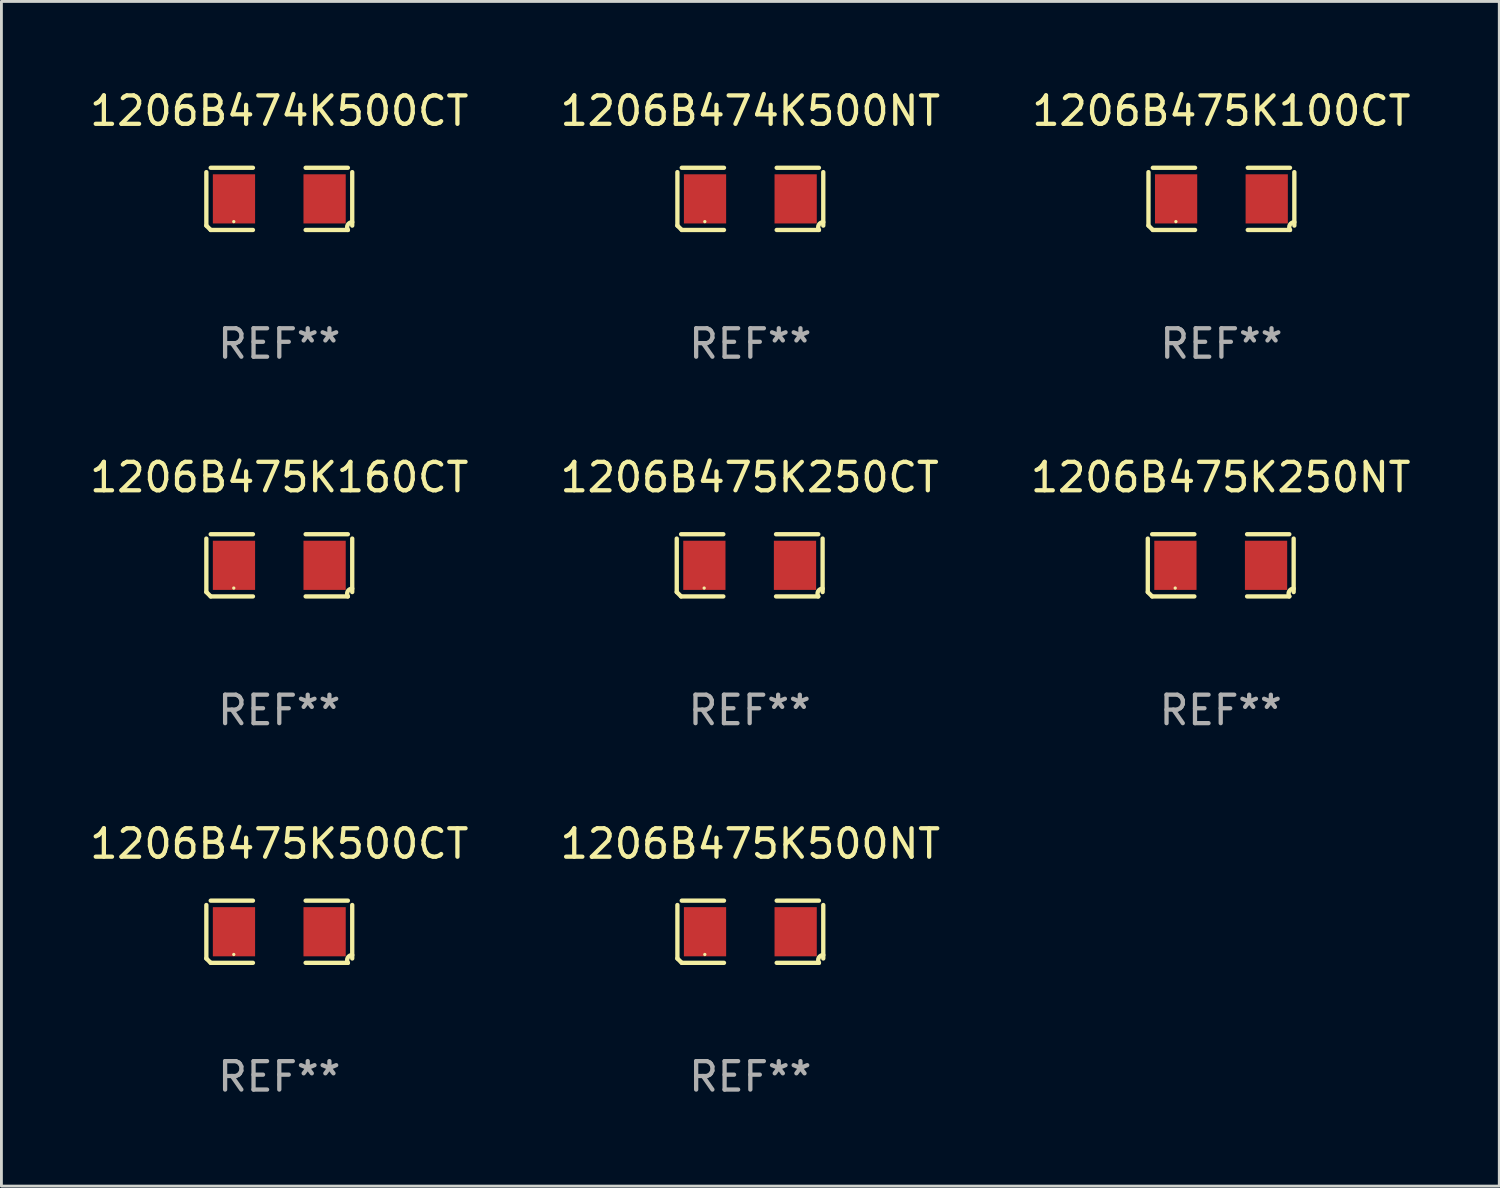
<source format=kicad_pcb>
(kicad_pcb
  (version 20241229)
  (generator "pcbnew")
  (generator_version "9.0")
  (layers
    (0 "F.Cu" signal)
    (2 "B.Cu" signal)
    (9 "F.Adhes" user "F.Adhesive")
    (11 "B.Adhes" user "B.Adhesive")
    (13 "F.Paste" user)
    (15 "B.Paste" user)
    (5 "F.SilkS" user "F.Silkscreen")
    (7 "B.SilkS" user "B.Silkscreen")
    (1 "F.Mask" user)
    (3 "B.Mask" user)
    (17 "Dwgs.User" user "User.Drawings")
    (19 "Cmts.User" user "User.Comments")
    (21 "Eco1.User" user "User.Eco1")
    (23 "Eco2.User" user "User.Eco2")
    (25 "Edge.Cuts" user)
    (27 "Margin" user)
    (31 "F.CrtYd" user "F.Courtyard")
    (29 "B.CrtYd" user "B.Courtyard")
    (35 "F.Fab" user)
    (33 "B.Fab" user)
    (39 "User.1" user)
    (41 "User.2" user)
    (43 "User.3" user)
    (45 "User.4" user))
  (footprint "1206B475K250NT"
    (layer "F.Cu")
    (at 39.863 16.823)
    (property "Reference" "1206B475K250NT" (at 0 -3.093 0) (layer "F.SilkS") (effects (font (size 1 1) (thickness 0.15))))
    (attr through_hole)
    (fp_line (start -2.564 0.94) (end -2.564 -0.94) (stroke (width 0.152) (type solid)) (layer "F.SilkS"))
    (fp_line (start -2.411 -1.093) (end -0.926 -1.093) (stroke (width 0.152) (type solid)) (layer "F.SilkS"))
    (fp_line (start -0.926 1.093) (end -2.411 1.093) (stroke (width 0.152) (type solid)) (layer "F.SilkS"))
    (fp_line (start 0.926 1.093) (end 2.411 1.093) (stroke (width 0.152) (type solid)) (layer "F.SilkS"))
    (fp_line (start 2.411 -1.093) (end 0.926 -1.093) (stroke (width 0.152) (type solid)) (layer "F.SilkS"))
    (fp_line (start 2.564 0.94) (end 2.564 -0.94) (stroke (width 0.152) (type solid)) (layer "F.SilkS"))
    (fp_arc (start -2.411201 1.092609) (mid -2.487413 1.01642) (end -2.563602 0.940208) (stroke (width 0.1524) (type solid)) (layer "F.SilkS"))
    (fp_arc (start 2.411201 1.092609) (mid 2.407159 0.911226) (end 2.563602 0.819347) (stroke (width 0.1524) (type solid)) (layer "F.SilkS"))
    (fp_circle (center -1.6 0.8) (end -1.57 0.8) (stroke (width 0.06) (type solid)) (fill no) (layer "F.SilkS"))
    (fp_text user "REF**" (at 0 5.093 0) (layer "F.Fab") (effects (font (size 1 1) (thickness 0.15))))
    (pad "1" smd rect (at -1.593 0) (size 1.485 1.728) (layers "F.Cu" "F.Mask" "F.Paste"))
    (pad "2" smd rect (at 1.593 0) (size 1.485 1.728) (layers "F.Cu" "F.Mask" "F.Paste")))
  (footprint "1206B474K500CT"
    (layer "F.Cu")
    (at 6.768 3.941)
    (property "Reference" "1206B474K500CT" (at 0 -3.093 0) (layer "F.SilkS") (effects (font (size 1 1) (thickness 0.15))))
    (attr through_hole)
    (fp_line (start -2.564 0.94) (end -2.564 -0.94) (stroke (width 0.152) (type solid)) (layer "F.SilkS"))
    (fp_line (start -2.411 -1.093) (end -0.926 -1.093) (stroke (width 0.152) (type solid)) (layer "F.SilkS"))
    (fp_line (start -0.926 1.093) (end -2.411 1.093) (stroke (width 0.152) (type solid)) (layer "F.SilkS"))
    (fp_line (start 0.926 1.093) (end 2.411 1.093) (stroke (width 0.152) (type solid)) (layer "F.SilkS"))
    (fp_line (start 2.411 -1.093) (end 0.926 -1.093) (stroke (width 0.152) (type solid)) (layer "F.SilkS"))
    (fp_line (start 2.564 0.94) (end 2.564 -0.94) (stroke (width 0.152) (type solid)) (layer "F.SilkS"))
    (fp_arc (start -2.411201 1.092609) (mid -2.487413 1.01642) (end -2.563602 0.940208) (stroke (width 0.1524) (type solid)) (layer "F.SilkS"))
    (fp_arc (start 2.411201 1.092609) (mid 2.407159 0.911226) (end 2.563602 0.819347) (stroke (width 0.1524) (type solid)) (layer "F.SilkS"))
    (fp_circle (center -1.6 0.8) (end -1.57 0.8) (stroke (width 0.06) (type solid)) (fill no) (layer "F.SilkS"))
    (fp_text user "REF**" (at 0 5.093 0) (layer "F.Fab") (effects (font (size 1 1) (thickness 0.15))))
    (pad "1" smd rect (at -1.593 0) (size 1.485 1.728) (layers "F.Cu" "F.Mask" "F.Paste"))
    (pad "2" smd rect (at 1.593 0) (size 1.485 1.728) (layers "F.Cu" "F.Mask" "F.Paste")))
  (footprint "1206B474K500NT"
    (layer "F.Cu")
    (at 23.327 3.941)
    (property "Reference" "1206B474K500NT" (at 0 -3.093 0) (layer "F.SilkS") (effects (font (size 1 1) (thickness 0.15))))
    (attr through_hole)
    (fp_line (start -2.564 0.94) (end -2.564 -0.94) (stroke (width 0.152) (type solid)) (layer "F.SilkS"))
    (fp_line (start -2.411 -1.093) (end -0.926 -1.093) (stroke (width 0.152) (type solid)) (layer "F.SilkS"))
    (fp_line (start -0.926 1.093) (end -2.411 1.093) (stroke (width 0.152) (type solid)) (layer "F.SilkS"))
    (fp_line (start 0.926 1.093) (end 2.411 1.093) (stroke (width 0.152) (type solid)) (layer "F.SilkS"))
    (fp_line (start 2.411 -1.093) (end 0.926 -1.093) (stroke (width 0.152) (type solid)) (layer "F.SilkS"))
    (fp_line (start 2.564 0.94) (end 2.564 -0.94) (stroke (width 0.152) (type solid)) (layer "F.SilkS"))
    (fp_arc (start -2.411201 1.092609) (mid -2.487413 1.01642) (end -2.563602 0.940208) (stroke (width 0.1524) (type solid)) (layer "F.SilkS"))
    (fp_arc (start 2.411201 1.092609) (mid 2.407159 0.911226) (end 2.563602 0.819347) (stroke (width 0.1524) (type solid)) (layer "F.SilkS"))
    (fp_circle (center -1.6 0.8) (end -1.57 0.8) (stroke (width 0.06) (type solid)) (fill no) (layer "F.SilkS"))
    (fp_text user "REF**" (at 0 5.093 0) (layer "F.Fab") (effects (font (size 1 1) (thickness 0.15))))
    (pad "1" smd rect (at -1.593 0) (size 1.485 1.728) (layers "F.Cu" "F.Mask" "F.Paste"))
    (pad "2" smd rect (at 1.593 0) (size 1.485 1.728) (layers "F.Cu" "F.Mask" "F.Paste")))
  (footprint "1206B475K500NT"
    (layer "F.Cu")
    (at 23.327 29.704)
    (property "Reference" "1206B475K500NT" (at 0 -3.093 0) (layer "F.SilkS") (effects (font (size 1 1) (thickness 0.15))))
    (attr through_hole)
    (fp_line (start -2.564 0.94) (end -2.564 -0.94) (stroke (width 0.152) (type solid)) (layer "F.SilkS"))
    (fp_line (start -2.411 -1.093) (end -0.926 -1.093) (stroke (width 0.152) (type solid)) (layer "F.SilkS"))
    (fp_line (start -0.926 1.093) (end -2.411 1.093) (stroke (width 0.152) (type solid)) (layer "F.SilkS"))
    (fp_line (start 0.926 1.093) (end 2.411 1.093) (stroke (width 0.152) (type solid)) (layer "F.SilkS"))
    (fp_line (start 2.411 -1.093) (end 0.926 -1.093) (stroke (width 0.152) (type solid)) (layer "F.SilkS"))
    (fp_line (start 2.564 0.94) (end 2.564 -0.94) (stroke (width 0.152) (type solid)) (layer "F.SilkS"))
    (fp_arc (start -2.411201 1.092609) (mid -2.487413 1.01642) (end -2.563602 0.940208) (stroke (width 0.1524) (type solid)) (layer "F.SilkS"))
    (fp_arc (start 2.411201 1.092609) (mid 2.407159 0.911226) (end 2.563602 0.819347) (stroke (width 0.1524) (type solid)) (layer "F.SilkS"))
    (fp_circle (center -1.6 0.8) (end -1.57 0.8) (stroke (width 0.06) (type solid)) (fill no) (layer "F.SilkS"))
    (fp_text user "REF**" (at 0 5.093 0) (layer "F.Fab") (effects (font (size 1 1) (thickness 0.15))))
    (pad "1" smd rect (at -1.593 0) (size 1.485 1.728) (layers "F.Cu" "F.Mask" "F.Paste"))
    (pad "2" smd rect (at 1.593 0) (size 1.485 1.728) (layers "F.Cu" "F.Mask" "F.Paste")))
  (footprint "1206B475K250CT"
    (layer "F.Cu")
    (at 23.304 16.823)
    (property "Reference" "1206B475K250CT" (at 0 -3.093 0) (layer "F.SilkS") (effects (font (size 1 1) (thickness 0.15))))
    (attr through_hole)
    (fp_line (start -2.564 0.94) (end -2.564 -0.94) (stroke (width 0.152) (type solid)) (layer "F.SilkS"))
    (fp_line (start -2.411 -1.093) (end -0.926 -1.093) (stroke (width 0.152) (type solid)) (layer "F.SilkS"))
    (fp_line (start -0.926 1.093) (end -2.411 1.093) (stroke (width 0.152) (type solid)) (layer "F.SilkS"))
    (fp_line (start 0.926 1.093) (end 2.411 1.093) (stroke (width 0.152) (type solid)) (layer "F.SilkS"))
    (fp_line (start 2.411 -1.093) (end 0.926 -1.093) (stroke (width 0.152) (type solid)) (layer "F.SilkS"))
    (fp_line (start 2.564 0.94) (end 2.564 -0.94) (stroke (width 0.152) (type solid)) (layer "F.SilkS"))
    (fp_arc (start -2.411201 1.092609) (mid -2.487413 1.01642) (end -2.563602 0.940208) (stroke (width 0.1524) (type solid)) (layer "F.SilkS"))
    (fp_arc (start 2.411201 1.092609) (mid 2.407159 0.911226) (end 2.563602 0.819347) (stroke (width 0.1524) (type solid)) (layer "F.SilkS"))
    (fp_circle (center -1.6 0.8) (end -1.57 0.8) (stroke (width 0.06) (type solid)) (fill no) (layer "F.SilkS"))
    (fp_text user "REF**" (at 0 5.093 0) (layer "F.Fab") (effects (font (size 1 1) (thickness 0.15))))
    (pad "1" smd rect (at -1.593 0) (size 1.485 1.728) (layers "F.Cu" "F.Mask" "F.Paste"))
    (pad "2" smd rect (at 1.593 0) (size 1.485 1.728) (layers "F.Cu" "F.Mask" "F.Paste")))
  (footprint "1206B475K500CT"
    (layer "F.Cu")
    (at 6.768 29.704)
    (property "Reference" "1206B475K500CT" (at 0 -3.093 0) (layer "F.SilkS") (effects (font (size 1 1) (thickness 0.15))))
    (attr through_hole)
    (fp_line (start -2.564 0.94) (end -2.564 -0.94) (stroke (width 0.152) (type solid)) (layer "F.SilkS"))
    (fp_line (start -2.411 -1.093) (end -0.926 -1.093) (stroke (width 0.152) (type solid)) (layer "F.SilkS"))
    (fp_line (start -0.926 1.093) (end -2.411 1.093) (stroke (width 0.152) (type solid)) (layer "F.SilkS"))
    (fp_line (start 0.926 1.093) (end 2.411 1.093) (stroke (width 0.152) (type solid)) (layer "F.SilkS"))
    (fp_line (start 2.411 -1.093) (end 0.926 -1.093) (stroke (width 0.152) (type solid)) (layer "F.SilkS"))
    (fp_line (start 2.564 0.94) (end 2.564 -0.94) (stroke (width 0.152) (type solid)) (layer "F.SilkS"))
    (fp_arc (start -2.411201 1.092609) (mid -2.487413 1.01642) (end -2.563602 0.940208) (stroke (width 0.1524) (type solid)) (layer "F.SilkS"))
    (fp_arc (start 2.411201 1.092609) (mid 2.407159 0.911226) (end 2.563602 0.819347) (stroke (width 0.1524) (type solid)) (layer "F.SilkS"))
    (fp_circle (center -1.6 0.8) (end -1.57 0.8) (stroke (width 0.06) (type solid)) (fill no) (layer "F.SilkS"))
    (fp_text user "REF**" (at 0 5.093 0) (layer "F.Fab") (effects (font (size 1 1) (thickness 0.15))))
    (pad "1" smd rect (at -1.593 0) (size 1.485 1.728) (layers "F.Cu" "F.Mask" "F.Paste"))
    (pad "2" smd rect (at 1.593 0) (size 1.485 1.728) (layers "F.Cu" "F.Mask" "F.Paste")))
  (footprint "1206B475K160CT"
    (layer "F.Cu")
    (at 6.768 16.823)
    (property "Reference" "1206B475K160CT" (at 0 -3.093 0) (layer "F.SilkS") (effects (font (size 1 1) (thickness 0.15))))
    (attr through_hole)
    (fp_line (start -2.564 0.94) (end -2.564 -0.94) (stroke (width 0.152) (type solid)) (layer "F.SilkS"))
    (fp_line (start -2.411 -1.093) (end -0.926 -1.093) (stroke (width 0.152) (type solid)) (layer "F.SilkS"))
    (fp_line (start -0.926 1.093) (end -2.411 1.093) (stroke (width 0.152) (type solid)) (layer "F.SilkS"))
    (fp_line (start 0.926 1.093) (end 2.411 1.093) (stroke (width 0.152) (type solid)) (layer "F.SilkS"))
    (fp_line (start 2.411 -1.093) (end 0.926 -1.093) (stroke (width 0.152) (type solid)) (layer "F.SilkS"))
    (fp_line (start 2.564 0.94) (end 2.564 -0.94) (stroke (width 0.152) (type solid)) (layer "F.SilkS"))
    (fp_arc (start -2.411201 1.092609) (mid -2.487413 1.01642) (end -2.563602 0.940208) (stroke (width 0.1524) (type solid)) (layer "F.SilkS"))
    (fp_arc (start 2.411201 1.092609) (mid 2.407159 0.911226) (end 2.563602 0.819347) (stroke (width 0.1524) (type solid)) (layer "F.SilkS"))
    (fp_circle (center -1.6 0.8) (end -1.57 0.8) (stroke (width 0.06) (type solid)) (fill no) (layer "F.SilkS"))
    (fp_text user "REF**" (at 0 5.093 0) (layer "F.Fab") (effects (font (size 1 1) (thickness 0.15))))
    (pad "1" smd rect (at -1.593 0) (size 1.485 1.728) (layers "F.Cu" "F.Mask" "F.Paste"))
    (pad "2" smd rect (at 1.593 0) (size 1.485 1.728) (layers "F.Cu" "F.Mask" "F.Paste")))
  (footprint "1206B475K100CT"
    (layer "F.Cu")
    (at 39.887 3.941)
    (property "Reference" "1206B475K100CT" (at 0 -3.093 0) (layer "F.SilkS") (effects (font (size 1 1) (thickness 0.15))))
    (attr through_hole)
    (fp_line (start -2.564 0.94) (end -2.564 -0.94) (stroke (width 0.152) (type solid)) (layer "F.SilkS"))
    (fp_line (start -2.411 -1.093) (end -0.926 -1.093) (stroke (width 0.152) (type solid)) (layer "F.SilkS"))
    (fp_line (start -0.926 1.093) (end -2.411 1.093) (stroke (width 0.152) (type solid)) (layer "F.SilkS"))
    (fp_line (start 0.926 1.093) (end 2.411 1.093) (stroke (width 0.152) (type solid)) (layer "F.SilkS"))
    (fp_line (start 2.411 -1.093) (end 0.926 -1.093) (stroke (width 0.152) (type solid)) (layer "F.SilkS"))
    (fp_line (start 2.564 0.94) (end 2.564 -0.94) (stroke (width 0.152) (type solid)) (layer "F.SilkS"))
    (fp_arc (start -2.411201 1.092609) (mid -2.487413 1.01642) (end -2.563602 0.940208) (stroke (width 0.1524) (type solid)) (layer "F.SilkS"))
    (fp_arc (start 2.411201 1.092609) (mid 2.407159 0.911226) (end 2.563602 0.819347) (stroke (width 0.1524) (type solid)) (layer "F.SilkS"))
    (fp_circle (center -1.6 0.8) (end -1.57 0.8) (stroke (width 0.06) (type solid)) (fill no) (layer "F.SilkS"))
    (fp_text user "REF**" (at 0 5.093 0) (layer "F.Fab") (effects (font (size 1 1) (thickness 0.15))))
    (pad "1" smd rect (at -1.593 0) (size 1.485 1.728) (layers "F.Cu" "F.Mask" "F.Paste"))
    (pad "2" smd rect (at 1.593 0) (size 1.485 1.728) (layers "F.Cu" "F.Mask" "F.Paste")))
  (gr_rect
    (start -3 -3)
    (end 49.655 38.645)
    (stroke (width 0.1) (type default))
    (fill no)
    (layer "Edge.Cuts")))
</source>
